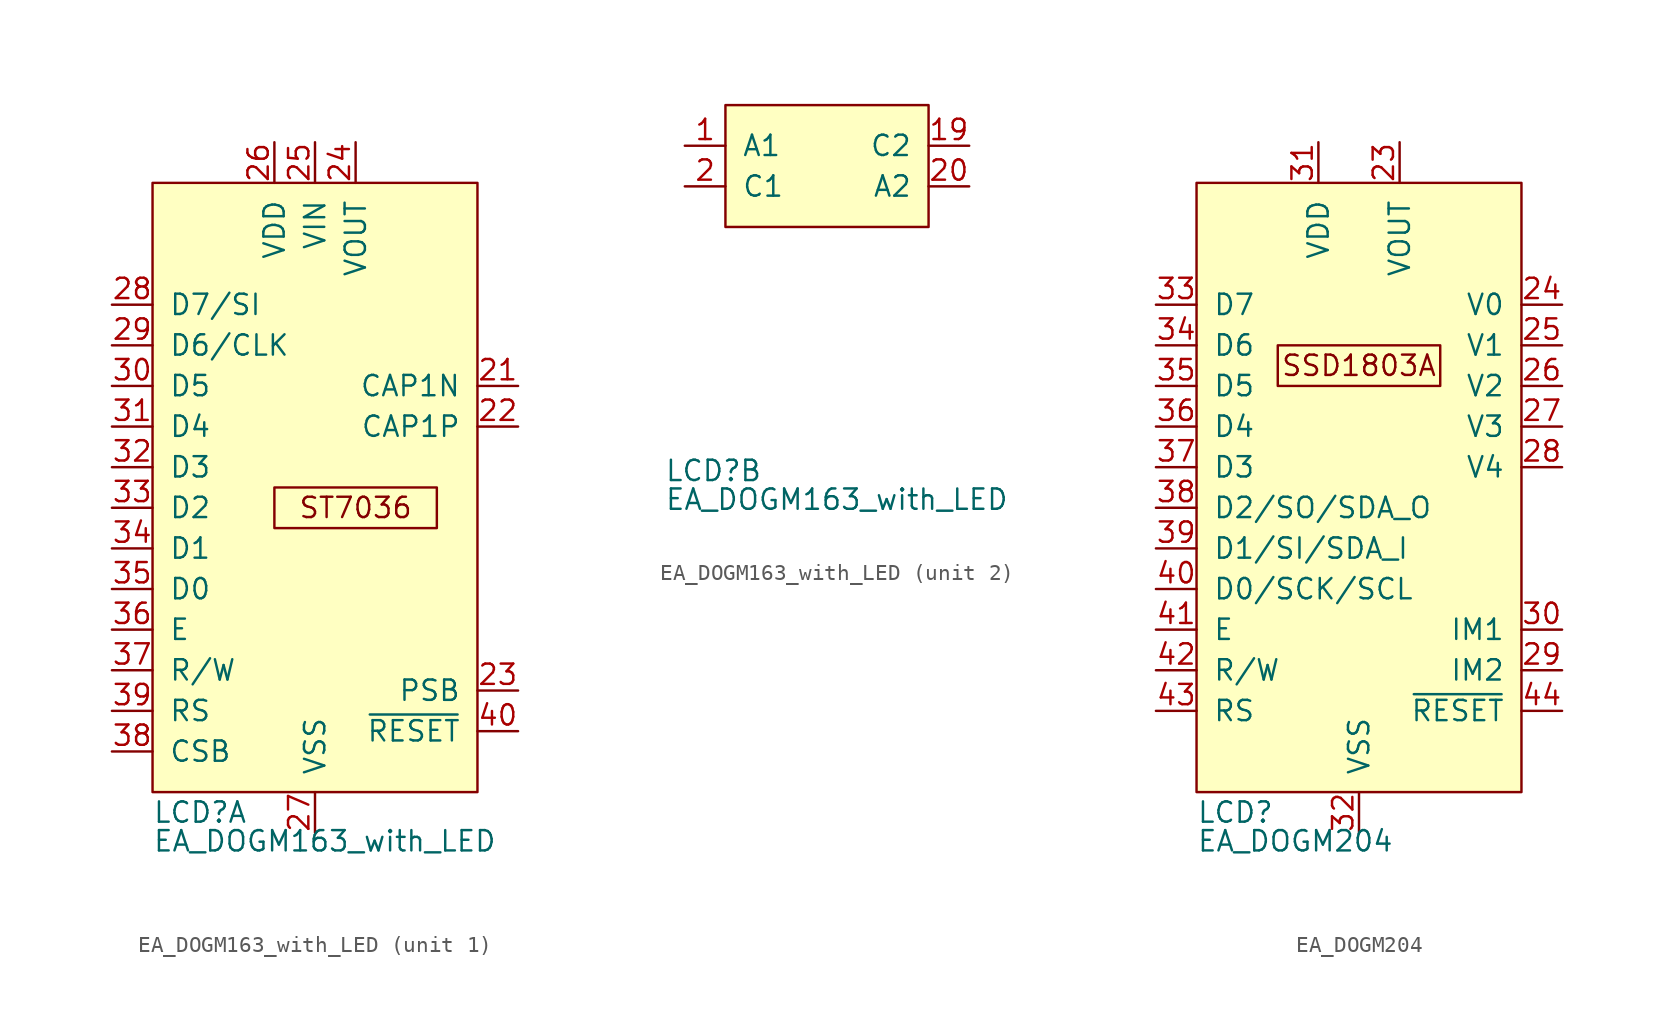
<source format=kicad_sym>
(kicad_symbol_lib
  (version 20211014)
  (generator kicad_symbol_editor)
  (symbol "EA_DOGM163_with_LED"
    (pin_names
      (offset 1.016))
    (property "Reference" "LCD"
      (at -10.16 -19.05 0)
      (effects (font (size 1.27 1.27)) (justify left)))
    (property "Value" "EA_DOGM163_with_LED"
      (at -10.16 -21.59 0)
      (effects (font (size 1.27 1.27)) (justify left bottom)))
    (property "ki_locked" ""
      (at 0 0 0)
      (effects (font (size 1.27 1.27))))
    (symbol "EA_DOGM163_with_LED_1_0"
      (rectangle (start -2.54 1.27) (end 7.62 -1.27) (stroke (width 0) (type default) (color 0 0 0 0)) (fill (type none)))
      (text "ST7036" (at 2.54 0 0) (effects (font (size 1.27 1.27))))
      (pin passive line (at 12.7 7.62 180) (length 2.54) (name "CAP1N" (effects (font (size 1.27 1.27)))) (number "21" (effects (font (size 1.27 1.27)))))
      (pin passive line (at 12.7 5.08 180) (length 2.54) (name "CAP1P" (effects (font (size 1.27 1.27)))) (number "22" (effects (font (size 1.27 1.27)))))
      (pin input line (at 12.7 -11.43 180) (length 2.54) (name "PSB" (effects (font (size 1.27 1.27)))) (number "23" (effects (font (size 1.27 1.27)))))
      (pin power_in line (at 2.54 22.86 270) (length 2.54) (name "VOUT" (effects (font (size 1.27 1.27)))) (number "24" (effects (font (size 1.27 1.27)))))
      (pin power_in line (at 0 22.86 270) (length 2.54) (name "VIN" (effects (font (size 1.27 1.27)))) (number "25" (effects (font (size 1.27 1.27)))))
      (pin power_in line (at -2.54 22.86 270) (length 2.54) (name "VDD" (effects (font (size 1.27 1.27)))) (number "26" (effects (font (size 1.27 1.27)))))
      (pin power_in line (at 0 -20.32 90) (length 2.54) (name "VSS" (effects (font (size 1.27 1.27)))) (number "27" (effects (font (size 1.27 1.27)))))
      (pin bidirectional line (at -12.7 12.7 0) (length 2.54) (name "D7/SI" (effects (font (size 1.27 1.27)))) (number "28" (effects (font (size 1.27 1.27)))))
      (pin bidirectional line (at -12.7 10.16 0) (length 2.54) (name "D6/CLK" (effects (font (size 1.27 1.27)))) (number "29" (effects (font (size 1.27 1.27)))))
      (pin bidirectional line (at -12.7 7.62 0) (length 2.54) (name "D5" (effects (font (size 1.27 1.27)))) (number "30" (effects (font (size 1.27 1.27)))))
      (pin bidirectional line (at -12.7 5.08 0) (length 2.54) (name "D4" (effects (font (size 1.27 1.27)))) (number "31" (effects (font (size 1.27 1.27)))))
      (pin bidirectional line (at -12.7 2.54 0) (length 2.54) (name "D3" (effects (font (size 1.27 1.27)))) (number "32" (effects (font (size 1.27 1.27)))))
      (pin bidirectional line (at -12.7 0 0) (length 2.54) (name "D2" (effects (font (size 1.27 1.27)))) (number "33" (effects (font (size 1.27 1.27)))))
      (pin bidirectional line (at -12.7 -2.54 0) (length 2.54) (name "D1" (effects (font (size 1.27 1.27)))) (number "34" (effects (font (size 1.27 1.27)))))
      (pin bidirectional line (at -12.7 -5.08 0) (length 2.54) (name "D0" (effects (font (size 1.27 1.27)))) (number "35" (effects (font (size 1.27 1.27)))))
      (pin input line (at -12.7 -7.62 0) (length 2.54) (name "E" (effects (font (size 1.27 1.27)))) (number "36" (effects (font (size 1.27 1.27)))))
      (pin input line (at -12.7 -10.16 0) (length 2.54) (name "R/W" (effects (font (size 1.27 1.27)))) (number "37" (effects (font (size 1.27 1.27)))))
      (pin input line (at -12.7 -15.24 0) (length 2.54) (name "CSB" (effects (font (size 1.27 1.27)))) (number "38" (effects (font (size 1.27 1.27)))))
      (pin input line (at -12.7 -12.7 0) (length 2.54) (name "RS" (effects (font (size 1.27 1.27)))) (number "39" (effects (font (size 1.27 1.27)))))
      (pin input line (at 12.7 -13.97 180) (length 2.54) (name "~{RESET}" (effects (font (size 1.27 1.27)))) (number "40" (effects (font (size 1.27 1.27))))))
    (symbol "EA_DOGM163_with_LED_1_1"
      (rectangle (start -10.16 20.32) (end 10.16 -17.78) (stroke (width 0) (type default) (color 0 0 0 0)) (fill (type background))))
    (symbol "EA_DOGM163_with_LED_2_0"
      (pin passive line (at -8.89 1.27 0) (length 2.54) (name "A1" (effects (font (size 1.27 1.27)))) (number "1" (effects (font (size 1.27 1.27)))))
      (pin passive line (at 8.89 1.27 180) (length 2.54) (name "C2" (effects (font (size 1.27 1.27)))) (number "19" (effects (font (size 1.27 1.27)))))
      (pin passive line (at -8.89 -1.27 0) (length 2.54) (name "C1" (effects (font (size 1.27 1.27)))) (number "2" (effects (font (size 1.27 1.27)))))
      (pin passive line (at 8.89 -1.27 180) (length 2.54) (name "A2" (effects (font (size 1.27 1.27)))) (number "20" (effects (font (size 1.27 1.27))))))
    (symbol "EA_DOGM163_with_LED_2_1"
      (rectangle (start -6.35 3.81) (end 6.35 -3.81) (stroke (width 0) (type default) (color 0 0 0 0)) (fill (type background)))))
  (symbol "EA_DOGM204"
    (pin_names
      (offset 1.016))
    (property "Reference" "LCD"
      (at -10.16 -19.05 0)
      (effects (font (size 1.27 1.27)) (justify left)))
    (property "Value" "EA_DOGM204"
      (at -10.16 -21.59 0)
      (effects (font (size 1.27 1.27)) (justify left bottom)))
    (symbol "EA_DOGM204_0_0"
      (rectangle (start -5.08 10.16) (end 5.08 7.62) (stroke (width 0) (type default) (color 0 0 0 0)) (fill (type none)))
      (text "SSD1803A" (at 0 8.89 0) (effects (font (size 1.27 1.27))))
      (pin no_connect line (at -3.81 6.35 180) (length 2.54) hide (name "~" (effects (font (size 1.27 1.27)))) (number "1" (effects (font (size 1.27 1.27)))))
      (pin no_connect line (at -3.81 3.81 180) (length 2.54) hide (name "~" (effects (font (size 1.27 1.27)))) (number "2" (effects (font (size 1.27 1.27)))))
      (pin no_connect line (at -3.81 -2.54 180) (length 2.54) hide (name "~" (effects (font (size 1.27 1.27)))) (number "20" (effects (font (size 1.27 1.27)))))
      (pin no_connect line (at -3.81 -5.08 180) (length 2.54) hide (name "~" (effects (font (size 1.27 1.27)))) (number "21" (effects (font (size 1.27 1.27)))))
      (pin power_in line (at 2.54 22.86 270) (length 2.54) (name "VOUT" (effects (font (size 1.27 1.27)))) (number "23" (effects (font (size 1.27 1.27)))))
      (pin power_in line (at 12.7 12.7 180) (length 2.54) (name "V0" (effects (font (size 1.27 1.27)))) (number "24" (effects (font (size 1.27 1.27)))))
      (pin power_in line (at 12.7 10.16 180) (length 2.54) (name "V1" (effects (font (size 1.27 1.27)))) (number "25" (effects (font (size 1.27 1.27)))))
      (pin power_in line (at 12.7 7.62 180) (length 2.54) (name "V2" (effects (font (size 1.27 1.27)))) (number "26" (effects (font (size 1.27 1.27)))))
      (pin power_in line (at 12.7 5.08 180) (length 2.54) (name "V3" (effects (font (size 1.27 1.27)))) (number "27" (effects (font (size 1.27 1.27)))))
      (pin power_in line (at 12.7 2.54 180) (length 2.54) (name "V4" (effects (font (size 1.27 1.27)))) (number "28" (effects (font (size 1.27 1.27)))))
      (pin input line (at 12.7 -10.16 180) (length 2.54) (name "IM2" (effects (font (size 1.27 1.27)))) (number "29" (effects (font (size 1.27 1.27)))))
      (pin input line (at 12.7 -7.62 180) (length 2.54) (name "IM1" (effects (font (size 1.27 1.27)))) (number "30" (effects (font (size 1.27 1.27)))))
      (pin power_in line (at -2.54 22.86 270) (length 2.54) (name "VDD" (effects (font (size 1.27 1.27)))) (number "31" (effects (font (size 1.27 1.27)))))
      (pin power_in line (at 0 -20.32 90) (length 2.54) (name "VSS" (effects (font (size 1.27 1.27)))) (number "32" (effects (font (size 1.27 1.27)))))
      (pin bidirectional line (at -12.7 12.7 0) (length 2.54) (name "D7" (effects (font (size 1.27 1.27)))) (number "33" (effects (font (size 1.27 1.27)))))
      (pin bidirectional line (at -12.7 10.16 0) (length 2.54) (name "D6" (effects (font (size 1.27 1.27)))) (number "34" (effects (font (size 1.27 1.27)))))
      (pin bidirectional line (at -12.7 7.62 0) (length 2.54) (name "D5" (effects (font (size 1.27 1.27)))) (number "35" (effects (font (size 1.27 1.27)))))
      (pin bidirectional line (at -12.7 5.08 0) (length 2.54) (name "D4" (effects (font (size 1.27 1.27)))) (number "36" (effects (font (size 1.27 1.27)))))
      (pin bidirectional line (at -12.7 2.54 0) (length 2.54) (name "D3" (effects (font (size 1.27 1.27)))) (number "37" (effects (font (size 1.27 1.27)))))
      (pin bidirectional line (at -12.7 0 0) (length 2.54) (name "D2/SO/SDA_O" (effects (font (size 1.27 1.27)))) (number "38" (effects (font (size 1.27 1.27)))))
      (pin bidirectional line (at -12.7 -2.54 0) (length 2.54) (name "D1/SI/SDA_I" (effects (font (size 1.27 1.27)))) (number "39" (effects (font (size 1.27 1.27)))))
      (pin bidirectional line (at -12.7 -5.08 0) (length 2.54) (name "D0/SCK/SCL" (effects (font (size 1.27 1.27)))) (number "40" (effects (font (size 1.27 1.27)))))
      (pin input line (at -12.7 -7.62 0) (length 2.54) (name "E" (effects (font (size 1.27 1.27)))) (number "41" (effects (font (size 1.27 1.27)))))
      (pin input line (at -12.7 -10.16 0) (length 2.54) (name "R/W" (effects (font (size 1.27 1.27)))) (number "42" (effects (font (size 1.27 1.27)))))
      (pin input line (at -12.7 -12.7 0) (length 2.54) (name "RS" (effects (font (size 1.27 1.27)))) (number "43" (effects (font (size 1.27 1.27)))))
      (pin input line (at 12.7 -12.7 180) (length 2.54) (name "~{RESET}" (effects (font (size 1.27 1.27)))) (number "44" (effects (font (size 1.27 1.27))))))
    (symbol "EA_DOGM204_0_1"
      (rectangle (start -10.16 20.32) (end 10.16 -17.78) (stroke (width 0) (type default) (color 0 0 0 0)) (fill (type background))))
    (symbol "EA_DOGM204_1_1"
      (pin no_connect line (at -3.81 -7.62 180) (length 2.54) hide (name "~" (effects (font (size 1.27 1.27)))) (number "22" (effects (font (size 1.27 1.27)))))
      (pin no_connect line (at -3.81 1.27 180) (length 2.54) hide (name "~" (effects (font (size 1.27 1.27)))) (number "3" (effects (font (size 1.27 1.27))))))))
</source>
